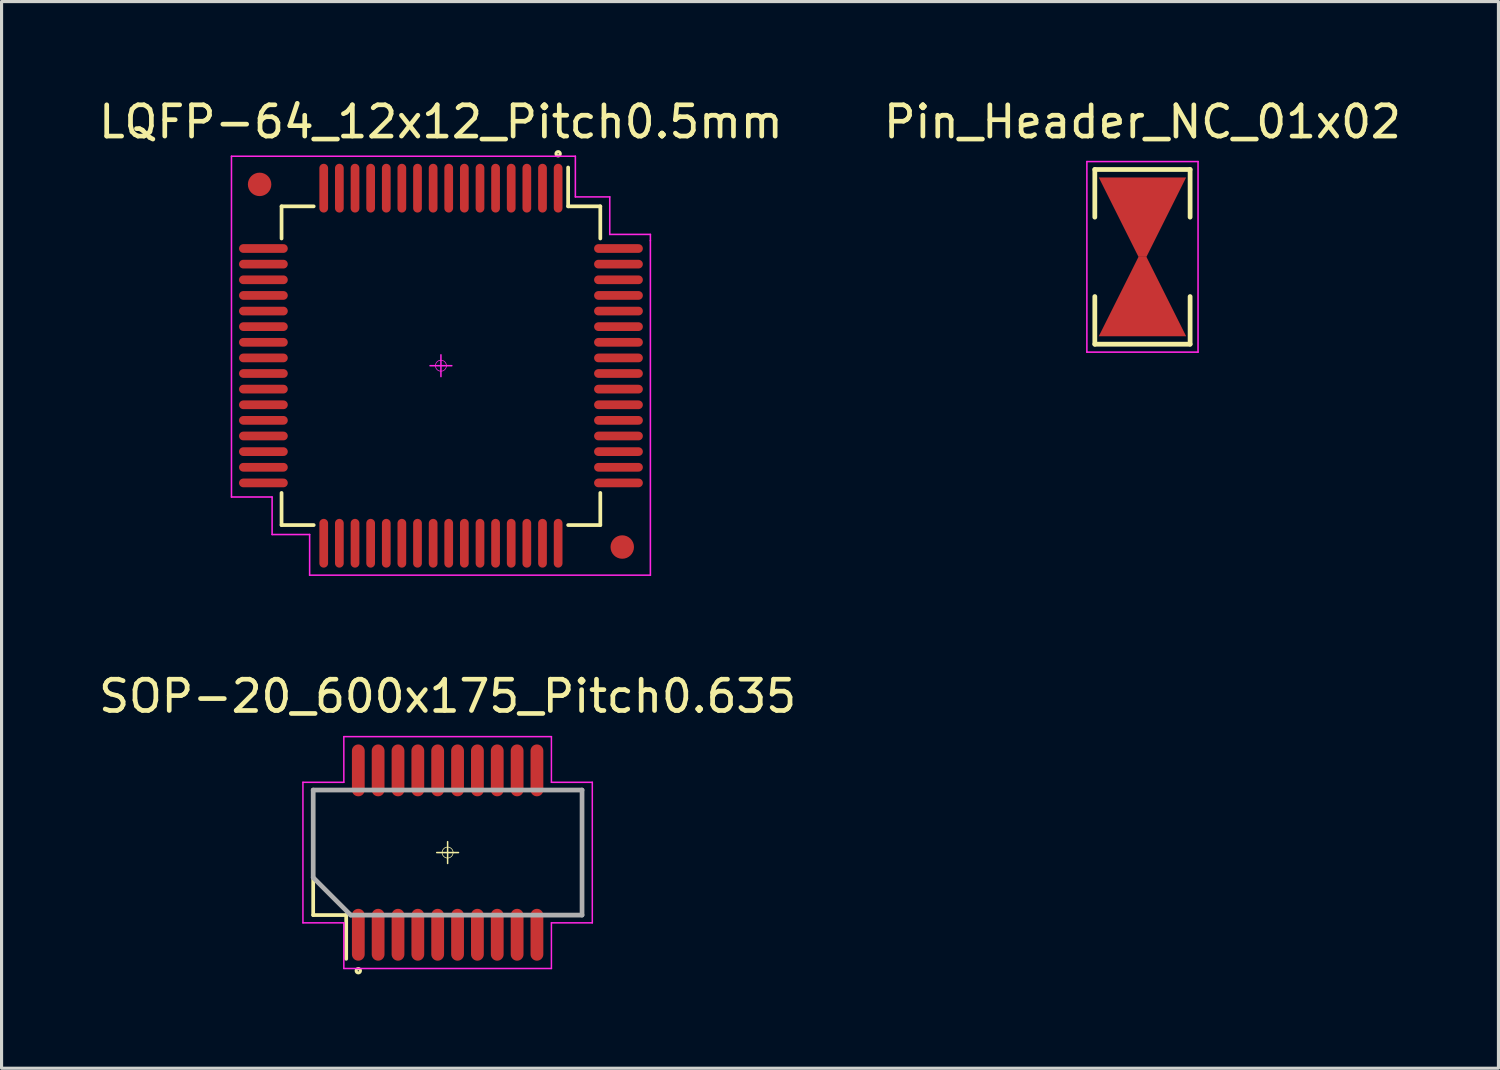
<source format=kicad_pcb>
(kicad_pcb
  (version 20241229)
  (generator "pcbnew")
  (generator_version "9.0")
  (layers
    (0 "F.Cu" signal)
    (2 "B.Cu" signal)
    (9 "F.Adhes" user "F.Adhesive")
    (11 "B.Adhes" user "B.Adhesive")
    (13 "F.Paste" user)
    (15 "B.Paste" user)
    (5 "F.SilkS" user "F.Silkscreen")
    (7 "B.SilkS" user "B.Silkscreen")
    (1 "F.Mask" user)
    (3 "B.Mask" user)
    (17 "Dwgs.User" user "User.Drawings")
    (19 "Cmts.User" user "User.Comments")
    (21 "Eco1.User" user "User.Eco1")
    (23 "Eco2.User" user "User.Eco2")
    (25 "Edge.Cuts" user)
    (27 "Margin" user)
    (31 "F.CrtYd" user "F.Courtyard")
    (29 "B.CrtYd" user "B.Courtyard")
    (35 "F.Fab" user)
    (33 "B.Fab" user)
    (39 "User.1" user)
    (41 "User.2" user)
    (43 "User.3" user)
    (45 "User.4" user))
  (footprint "LQFP-64_12x12_Pitch0.5mm"
    (layer "F.Cu")
    (at 11.054 8.648)
    (property "Reference" "LQFP-64_12x12_Pitch0.5mm" (at 0 -7.8 0) (layer "F.SilkS") (effects (font (size 1 1) (thickness 0.15))))
    (attr smd)
    (fp_line (start -5.098 -5.098) (end -5.098 -4.069) (stroke (width 0.119) (type solid)) (layer "F.SilkS"))
    (fp_line (start -5.098 5.098) (end -5.098 4.069) (stroke (width 0.119) (type solid)) (layer "F.SilkS"))
    (fp_line (start -4.069 -5.098) (end -5.098 -5.098) (stroke (width 0.119) (type solid)) (layer "F.SilkS"))
    (fp_line (start -4.069 5.098) (end -5.098 5.098) (stroke (width 0.119) (type solid)) (layer "F.SilkS"))
    (fp_line (start 4.069 -5.098) (end 4.069 -6.34) (stroke (width 0.119) (type solid)) (layer "F.SilkS"))
    (fp_line (start 4.069 -5.098) (end 5.098 -5.098) (stroke (width 0.119) (type solid)) (layer "F.SilkS"))
    (fp_line (start 4.069 5.098) (end 5.098 5.098) (stroke (width 0.119) (type solid)) (layer "F.SilkS"))
    (fp_line (start 5.098 -5.098) (end 5.098 -4.069) (stroke (width 0.119) (type solid)) (layer "F.SilkS"))
    (fp_line (start 5.098 5.098) (end 5.098 4.069) (stroke (width 0.119) (type solid)) (layer "F.SilkS"))
    (fp_circle (center 3.749 -6.779) (end 3.797 -6.828) (stroke (width 0.099) (type solid)) (fill no) (layer "F.SilkS"))
    (fp_line (start -6.7 -6.7) (end 4.3 -6.7) (stroke (width 0.05) (type solid)) (layer "F.CrtYd"))
    (fp_line (start -6.7 4.2) (end -6.7 -6.7) (stroke (width 0.05) (type solid)) (layer "F.CrtYd"))
    (fp_line (start -6.7 4.2) (end -5.4 4.2) (stroke (width 0.05) (type solid)) (layer "F.CrtYd"))
    (fp_line (start -5.4 4.2) (end -5.4 5.4) (stroke (width 0.05) (type solid)) (layer "F.CrtYd"))
    (fp_line (start -5.4 5.4) (end -4.2 5.4) (stroke (width 0.05) (type solid)) (layer "F.CrtYd"))
    (fp_line (start -4.2 5.4) (end -4.2 6.7) (stroke (width 0.05) (type solid)) (layer "F.CrtYd"))
    (fp_line (start 0 0.348) (end 0 -0.348) (stroke (width 0.048) (type solid)) (layer "F.CrtYd"))
    (fp_line (start 0.348 0) (end -0.348 0) (stroke (width 0.048) (type solid)) (layer "F.CrtYd"))
    (fp_line (start 4.3 -6.7) (end 4.3 -5.4) (stroke (width 0.05) (type solid)) (layer "F.CrtYd"))
    (fp_line (start 4.3 -5.4) (end 5.4 -5.4) (stroke (width 0.05) (type solid)) (layer "F.CrtYd"))
    (fp_line (start 5.4 -5.4) (end 5.4 -4.2) (stroke (width 0.05) (type solid)) (layer "F.CrtYd"))
    (fp_line (start 5.4 -4.2) (end 6.7 -4.2) (stroke (width 0.05) (type solid)) (layer "F.CrtYd"))
    (fp_line (start 6.7 -4.2) (end 6.7 -4) (stroke (width 0.05) (type solid)) (layer "F.CrtYd"))
    (fp_line (start 6.7 -4) (end 6.7 6.7) (stroke (width 0.05) (type solid)) (layer "F.CrtYd"))
    (fp_line (start 6.7 6.7) (end -4.2 6.7) (stroke (width 0.05) (type solid)) (layer "F.CrtYd"))
    (fp_circle (center 0 0) (end -0.124 0.124) (stroke (width 0.023) (type solid)) (fill no) (layer "F.CrtYd"))
    (pad "1" smd oval (at 3.749 -5.679 90) (size 1.56 0.279) (layers "F.Cu" "F.Mask" "F.Paste"))
    (pad "2" smd oval (at 3.249 -5.679 90) (size 1.56 0.279) (layers "F.Cu" "F.Mask" "F.Paste"))
    (pad "3" smd oval (at 2.748 -5.679 90) (size 1.56 0.279) (layers "F.Cu" "F.Mask" "F.Paste"))
    (pad "4" smd oval (at 2.248 -5.679 90) (size 1.56 0.279) (layers "F.Cu" "F.Mask" "F.Paste"))
    (pad "5" smd oval (at 1.748 -5.679 90) (size 1.56 0.279) (layers "F.Cu" "F.Mask" "F.Paste"))
    (pad "6" smd oval (at 1.25 -5.679 90) (size 1.56 0.279) (layers "F.Cu" "F.Mask" "F.Paste"))
    (pad "7" smd oval (at 0.749 -5.679 90) (size 1.56 0.279) (layers "F.Cu" "F.Mask" "F.Paste"))
    (pad "8" smd oval (at 0.249 -5.679 90) (size 1.56 0.279) (layers "F.Cu" "F.Mask" "F.Paste"))
    (pad "9" smd oval (at -0.249 -5.679 90) (size 1.56 0.279) (layers "F.Cu" "F.Mask" "F.Paste"))
    (pad "10" smd oval (at -0.749 -5.679 90) (size 1.56 0.279) (layers "F.Cu" "F.Mask" "F.Paste"))
    (pad "11" smd oval (at -1.25 -5.679 90) (size 1.56 0.279) (layers "F.Cu" "F.Mask" "F.Paste"))
    (pad "12" smd oval (at -1.748 -5.679 90) (size 1.56 0.279) (layers "F.Cu" "F.Mask" "F.Paste"))
    (pad "13" smd oval (at -2.248 -5.679 90) (size 1.56 0.279) (layers "F.Cu" "F.Mask" "F.Paste"))
    (pad "14" smd oval (at -2.748 -5.679 90) (size 1.56 0.279) (layers "F.Cu" "F.Mask" "F.Paste"))
    (pad "15" smd oval (at -3.249 -5.679 90) (size 1.56 0.279) (layers "F.Cu" "F.Mask" "F.Paste"))
    (pad "16" smd oval (at -3.749 -5.679 90) (size 1.56 0.279) (layers "F.Cu" "F.Mask" "F.Paste"))
    (pad "17" smd oval (at -5.679 -3.749 180) (size 1.56 0.279) (layers "F.Cu" "F.Mask" "F.Paste"))
    (pad "18" smd oval (at -5.679 -3.249 180) (size 1.56 0.279) (layers "F.Cu" "F.Mask" "F.Paste"))
    (pad "19" smd oval (at -5.679 -2.748 180) (size 1.56 0.279) (layers "F.Cu" "F.Mask" "F.Paste"))
    (pad "20" smd oval (at -5.679 -2.248 180) (size 1.56 0.279) (layers "F.Cu" "F.Mask" "F.Paste"))
    (pad "21" smd oval (at -5.679 -1.748 180) (size 1.56 0.279) (layers "F.Cu" "F.Mask" "F.Paste"))
    (pad "22" smd oval (at -5.679 -1.25 180) (size 1.56 0.279) (layers "F.Cu" "F.Mask" "F.Paste"))
    (pad "23" smd oval (at -5.679 -0.749 180) (size 1.56 0.279) (layers "F.Cu" "F.Mask" "F.Paste"))
    (pad "24" smd oval (at -5.679 -0.249 180) (size 1.56 0.279) (layers "F.Cu" "F.Mask" "F.Paste"))
    (pad "25" smd oval (at -5.679 0.249 180) (size 1.56 0.279) (layers "F.Cu" "F.Mask" "F.Paste"))
    (pad "26" smd oval (at -5.679 0.749 180) (size 1.56 0.279) (layers "F.Cu" "F.Mask" "F.Paste"))
    (pad "27" smd oval (at -5.679 1.25 180) (size 1.56 0.279) (layers "F.Cu" "F.Mask" "F.Paste"))
    (pad "28" smd oval (at -5.679 1.748 180) (size 1.56 0.279) (layers "F.Cu" "F.Mask" "F.Paste"))
    (pad "29" smd oval (at -5.679 2.248 180) (size 1.56 0.279) (layers "F.Cu" "F.Mask" "F.Paste"))
    (pad "30" smd oval (at -5.679 2.748 180) (size 1.56 0.279) (layers "F.Cu" "F.Mask" "F.Paste"))
    (pad "31" smd oval (at -5.679 3.249 180) (size 1.56 0.279) (layers "F.Cu" "F.Mask" "F.Paste"))
    (pad "32" smd oval (at -5.679 3.749 180) (size 1.56 0.279) (layers "F.Cu" "F.Mask" "F.Paste"))
    (pad "33" smd oval (at -3.749 5.679 270) (size 1.56 0.279) (layers "F.Cu" "F.Mask" "F.Paste"))
    (pad "34" smd oval (at -3.249 5.679 270) (size 1.56 0.279) (layers "F.Cu" "F.Mask" "F.Paste"))
    (pad "35" smd oval (at -2.748 5.679 270) (size 1.56 0.279) (layers "F.Cu" "F.Mask" "F.Paste"))
    (pad "36" smd oval (at -2.248 5.679 270) (size 1.56 0.279) (layers "F.Cu" "F.Mask" "F.Paste"))
    (pad "37" smd oval (at -1.748 5.679 270) (size 1.56 0.279) (layers "F.Cu" "F.Mask" "F.Paste"))
    (pad "38" smd oval (at -1.25 5.679 270) (size 1.56 0.279) (layers "F.Cu" "F.Mask" "F.Paste"))
    (pad "39" smd oval (at -0.749 5.679 270) (size 1.56 0.279) (layers "F.Cu" "F.Mask" "F.Paste"))
    (pad "40" smd oval (at -0.249 5.679 270) (size 1.56 0.279) (layers "F.Cu" "F.Mask" "F.Paste"))
    (pad "41" smd oval (at 0.249 5.679 270) (size 1.56 0.279) (layers "F.Cu" "F.Mask" "F.Paste"))
    (pad "42" smd oval (at 0.749 5.679 270) (size 1.56 0.279) (layers "F.Cu" "F.Mask" "F.Paste"))
    (pad "43" smd oval (at 1.25 5.679 270) (size 1.56 0.279) (layers "F.Cu" "F.Mask" "F.Paste"))
    (pad "44" smd oval (at 1.748 5.679 270) (size 1.56 0.279) (layers "F.Cu" "F.Mask" "F.Paste"))
    (pad "45" smd oval (at 2.248 5.679 270) (size 1.56 0.279) (layers "F.Cu" "F.Mask" "F.Paste"))
    (pad "46" smd oval (at 2.748 5.679 270) (size 1.56 0.279) (layers "F.Cu" "F.Mask" "F.Paste"))
    (pad "47" smd oval (at 3.249 5.679 270) (size 1.56 0.279) (layers "F.Cu" "F.Mask" "F.Paste"))
    (pad "48" smd oval (at 3.749 5.679 270) (size 1.56 0.279) (layers "F.Cu" "F.Mask" "F.Paste"))
    (pad "49" smd oval (at 5.679 3.749) (size 1.56 0.279) (layers "F.Cu" "F.Mask" "F.Paste"))
    (pad "50" smd oval (at 5.679 3.249) (size 1.56 0.279) (layers "F.Cu" "F.Mask" "F.Paste"))
    (pad "51" smd oval (at 5.679 2.748) (size 1.56 0.279) (layers "F.Cu" "F.Mask" "F.Paste"))
    (pad "52" smd oval (at 5.679 2.248) (size 1.56 0.279) (layers "F.Cu" "F.Mask" "F.Paste"))
    (pad "53" smd oval (at 5.679 1.748) (size 1.56 0.279) (layers "F.Cu" "F.Mask" "F.Paste"))
    (pad "54" smd oval (at 5.679 1.25) (size 1.56 0.279) (layers "F.Cu" "F.Mask" "F.Paste"))
    (pad "55" smd oval (at 5.679 0.749) (size 1.56 0.279) (layers "F.Cu" "F.Mask" "F.Paste"))
    (pad "56" smd oval (at 5.679 0.249) (size 1.56 0.279) (layers "F.Cu" "F.Mask" "F.Paste"))
    (pad "57" smd oval (at 5.679 -0.249) (size 1.56 0.279) (layers "F.Cu" "F.Mask" "F.Paste"))
    (pad "58" smd oval (at 5.679 -0.749) (size 1.56 0.279) (layers "F.Cu" "F.Mask" "F.Paste"))
    (pad "59" smd oval (at 5.679 -1.25) (size 1.56 0.279) (layers "F.Cu" "F.Mask" "F.Paste"))
    (pad "60" smd oval (at 5.679 -1.748) (size 1.56 0.279) (layers "F.Cu" "F.Mask" "F.Paste"))
    (pad "61" smd oval (at 5.679 -2.248) (size 1.56 0.279) (layers "F.Cu" "F.Mask" "F.Paste"))
    (pad "62" smd oval (at 5.679 -2.748) (size 1.56 0.279) (layers "F.Cu" "F.Mask" "F.Paste"))
    (pad "63" smd oval (at 5.679 -3.249) (size 1.56 0.279) (layers "F.Cu" "F.Mask" "F.Paste"))
    (pad "64" smd oval (at 5.679 -3.749) (size 1.56 0.279) (layers "F.Cu" "F.Mask" "F.Paste"))
    (pad "FID1" smd circle (at -5.8 -5.8) (size 0.75 0.75) (layers "F.Cu" "F.Mask"))
    (pad "FID2" smd circle (at 5.8 5.8) (size 0.75 0.75) (layers "F.Cu" "F.Mask")))
  (footprint "Pin_Header_NC_01x02"
    (layer "F.Cu")
    (at 33.494 5.166)
    (property "Reference" "Pin_Header_NC_01x02" (at 0 -4.318 0) (layer "F.SilkS") (effects (font (size 1 1) (thickness 0.15))))
    (attr through_hole)
    (fp_line (start -1.524 -2.794) (end 1.524 -2.794) (stroke (width 0.152) (type solid)) (layer "F.SilkS"))
    (fp_line (start -1.524 -1.27) (end -1.524 -2.794) (stroke (width 0.152) (type solid)) (layer "F.SilkS"))
    (fp_line (start -1.524 2.794) (end -1.524 1.27) (stroke (width 0.152) (type solid)) (layer "F.SilkS"))
    (fp_line (start -1.524 2.794) (end 1.524 2.794) (stroke (width 0.152) (type solid)) (layer "F.SilkS"))
    (fp_line (start 1.524 -2.794) (end 1.524 -1.27) (stroke (width 0.152) (type solid)) (layer "F.SilkS"))
    (fp_line (start 1.524 1.27) (end 1.524 2.794) (stroke (width 0.152) (type solid)) (layer "F.SilkS"))
    (fp_line (start -1.778 -3.048) (end 1.778 -3.048) (stroke (width 0.05) (type solid)) (layer "F.CrtYd"))
    (fp_line (start -1.778 3.048) (end -1.778 -3.048) (stroke (width 0.05) (type solid)) (layer "F.CrtYd"))
    (fp_line (start 1.778 -3.048) (end 1.778 3.048) (stroke (width 0.05) (type solid)) (layer "F.CrtYd"))
    (fp_line (start 1.778 3.048) (end -1.778 3.048) (stroke (width 0.05) (type solid)) (layer "F.CrtYd"))
    (pad "1" smd trapezoid (at 0 -1.27 180) (size 1.524 2.54) (rect_delta 0 1.27) (layers "*.Mask" "F.Cu"))
    (pad "2" smd trapezoid (at 0 1.27) (size 1.524 2.54) (rect_delta 0 1.27) (layers "*.Mask" "F.Cu")))
  (footprint "SOP-20_600x175_Pitch0.635"
    (layer "F.Cu")
    (at 11.268 24.221)
    (property "Reference" "SOP-20_600x175_Pitch0.635" (at 0 -5 0) (layer "F.SilkS") (effects (font (size 1 1) (thickness 0.15))))
    (attr smd)
    (fp_line (start -4.3 -2) (end -3.25 -2) (stroke (width 0.119) (type solid)) (layer "F.SilkS"))
    (fp_line (start -4.3 2) (end -4.3 -2) (stroke (width 0.119) (type solid)) (layer "F.SilkS"))
    (fp_line (start -3.25 2) (end -4.3 2) (stroke (width 0.119) (type solid)) (layer "F.SilkS"))
    (fp_line (start -3.244 3.399) (end -3.244 1.999) (stroke (width 0.119) (type solid)) (layer "F.SilkS"))
    (fp_line (start -0.348 0) (end 0.348 0) (stroke (width 0.048) (type solid)) (layer "F.SilkS"))
    (fp_line (start 0 -0.348) (end 0 0.348) (stroke (width 0.048) (type solid)) (layer "F.SilkS"))
    (fp_line (start 3.25 2) (end 4.3 2) (stroke (width 0.119) (type solid)) (layer "F.SilkS"))
    (fp_line (start 4.3 -2) (end 3.25 -2) (stroke (width 0.119) (type solid)) (layer "F.SilkS"))
    (fp_line (start 4.3 2) (end 4.3 -2) (stroke (width 0.119) (type solid)) (layer "F.SilkS"))
    (fp_circle (center -2.857 3.78) (end -2.906 3.828) (stroke (width 0.099) (type solid)) (fill no) (layer "F.SilkS"))
    (fp_circle (center 0 0) (end -0.124 0.124) (stroke (width 0.023) (type solid)) (fill no) (layer "F.SilkS"))
    (fp_line (start -4.628 -2.248) (end -4.628 2.248) (stroke (width 0.048) (type solid)) (layer "F.CrtYd"))
    (fp_line (start -4.628 2.248) (end -3.32 2.248) (stroke (width 0.048) (type solid)) (layer "F.CrtYd"))
    (fp_line (start -3.32 -3.708) (end -3.32 -2.248) (stroke (width 0.048) (type solid)) (layer "F.CrtYd"))
    (fp_line (start -3.32 -2.248) (end -4.628 -2.248) (stroke (width 0.048) (type solid)) (layer "F.CrtYd"))
    (fp_line (start -3.32 2.248) (end -3.32 3.708) (stroke (width 0.048) (type solid)) (layer "F.CrtYd"))
    (fp_line (start -3.32 3.708) (end 3.32 3.708) (stroke (width 0.048) (type solid)) (layer "F.CrtYd"))
    (fp_line (start 3.32 -3.708) (end -3.32 -3.708) (stroke (width 0.048) (type solid)) (layer "F.CrtYd"))
    (fp_line (start 3.32 -2.248) (end 3.32 -3.708) (stroke (width 0.048) (type solid)) (layer "F.CrtYd"))
    (fp_line (start 3.32 2.248) (end 4.628 2.248) (stroke (width 0.048) (type solid)) (layer "F.CrtYd"))
    (fp_line (start 3.32 3.708) (end 3.32 2.248) (stroke (width 0.048) (type solid)) (layer "F.CrtYd"))
    (fp_line (start 4.628 -2.248) (end 3.32 -2.248) (stroke (width 0.048) (type solid)) (layer "F.CrtYd"))
    (fp_line (start 4.628 2.248) (end 4.628 -2.248) (stroke (width 0.048) (type solid)) (layer "F.CrtYd"))
    (fp_line (start -4.3 -2) (end 4.3 -2) (stroke (width 0.15) (type solid)) (layer "F.Fab"))
    (fp_line (start -4.3 0.8) (end -4.3 -2) (stroke (width 0.15) (type solid)) (layer "F.Fab"))
    (fp_line (start -3.1 2) (end -4.3 0.8) (stroke (width 0.15) (type solid)) (layer "F.Fab"))
    (fp_line (start -3.1 2) (end 4.3 2) (stroke (width 0.15) (type solid)) (layer "F.Fab"))
    (fp_line (start 4.3 -2) (end 4.3 2) (stroke (width 0.15) (type solid)) (layer "F.Fab"))
    (pad "1" smd oval (at -2.857 2.629 270) (size 1.659 0.409) (layers "F.Cu" "F.Mask" "F.Paste"))
    (pad "2" smd oval (at -2.223 2.629 270) (size 1.659 0.409) (layers "F.Cu" "F.Mask" "F.Paste"))
    (pad "3" smd oval (at -1.587 2.629 270) (size 1.659 0.409) (layers "F.Cu" "F.Mask" "F.Paste"))
    (pad "4" smd oval (at -0.953 2.629 270) (size 1.659 0.409) (layers "F.Cu" "F.Mask" "F.Paste"))
    (pad "5" smd oval (at -0.318 2.629 270) (size 1.659 0.409) (layers "F.Cu" "F.Mask" "F.Paste"))
    (pad "6" smd oval (at 0.318 2.629 270) (size 1.659 0.409) (layers "F.Cu" "F.Mask" "F.Paste"))
    (pad "7" smd oval (at 0.953 2.629 270) (size 1.659 0.409) (layers "F.Cu" "F.Mask" "F.Paste"))
    (pad "8" smd oval (at 1.587 2.629 270) (size 1.659 0.409) (layers "F.Cu" "F.Mask" "F.Paste"))
    (pad "9" smd oval (at 2.223 2.629 270) (size 1.659 0.409) (layers "F.Cu" "F.Mask" "F.Paste"))
    (pad "10" smd oval (at 2.857 2.629 270) (size 1.659 0.409) (layers "F.Cu" "F.Mask" "F.Paste"))
    (pad "11" smd oval (at 2.857 -2.629 90) (size 1.659 0.409) (layers "F.Cu" "F.Mask" "F.Paste"))
    (pad "12" smd oval (at 2.223 -2.629 90) (size 1.659 0.409) (layers "F.Cu" "F.Mask" "F.Paste"))
    (pad "13" smd oval (at 1.587 -2.629 90) (size 1.659 0.409) (layers "F.Cu" "F.Mask" "F.Paste"))
    (pad "14" smd oval (at 0.953 -2.629 90) (size 1.659 0.409) (layers "F.Cu" "F.Mask" "F.Paste"))
    (pad "15" smd oval (at 0.318 -2.629 90) (size 1.659 0.409) (layers "F.Cu" "F.Mask" "F.Paste"))
    (pad "16" smd oval (at -0.318 -2.629 90) (size 1.659 0.409) (layers "F.Cu" "F.Mask" "F.Paste"))
    (pad "17" smd oval (at -0.953 -2.629 90) (size 1.659 0.409) (layers "F.Cu" "F.Mask" "F.Paste"))
    (pad "18" smd oval (at -1.587 -2.629 90) (size 1.659 0.409) (layers "F.Cu" "F.Mask" "F.Paste"))
    (pad "19" smd oval (at -2.223 -2.629 90) (size 1.659 0.409) (layers "F.Cu" "F.Mask" "F.Paste"))
    (pad "20" smd oval (at -2.857 -2.629 90) (size 1.659 0.409) (layers "F.Cu" "F.Mask" "F.Paste")))
  (gr_rect
    (start -3 -3)
    (end 44.881 31.119)
    (stroke (width 0.1) (type default))
    (fill no)
    (layer "Edge.Cuts")))
</source>
